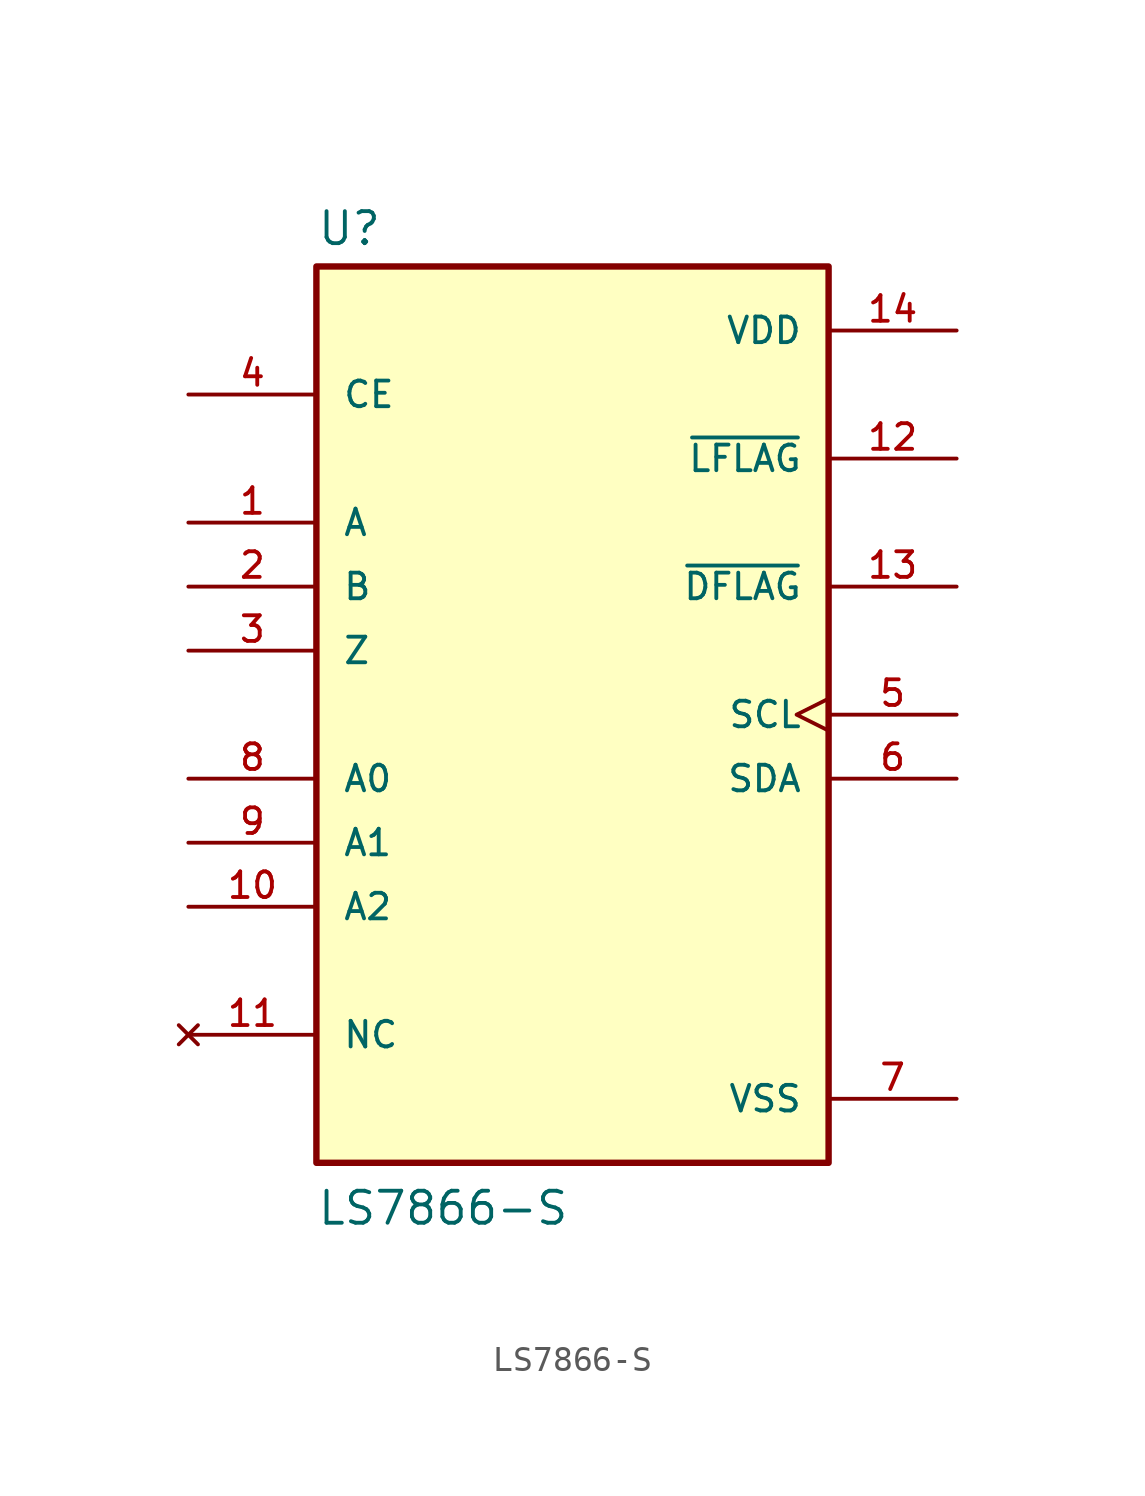
<source format=kicad_sym>
(kicad_symbol_lib
  (version 20220914)
  (generator kicad_symbol_editor)
  (symbol "LS7866-S"
    (pin_names
      (offset 1.016))
    (property "Reference" "U"
      (at -10.16 18.542 0)
      (effects (font (size 1.27 1.27)) (justify left bottom)))
    (property "Value" "LS7866-S"
      (at -10.16 -20.32 0)
      (effects (font (size 1.27 1.27)) (justify left bottom)))
    (symbol "LS7866-S_0_0"
      (rectangle (start -10.16 -17.78) (end 10.16 17.78) (stroke (width 0.254) (type default)) (fill (type background)))
      (pin input line (at -15.24 7.62 0) (length 5.08) (name "A" (effects (font (size 1.016 1.016)))) (number "1" (effects (font (size 1.016 1.016)))))
      (pin input line (at -15.24 -7.62 0) (length 5.08) (name "A2" (effects (font (size 1.016 1.016)))) (number "10" (effects (font (size 1.016 1.016)))))
      (pin no_connect line (at -15.24 -12.7 0) (length 5.08) (name "NC" (effects (font (size 1.016 1.016)))) (number "11" (effects (font (size 1.016 1.016)))))
      (pin output line (at 15.24 10.16 180) (length 5.08) (name "~{LFLAG}" (effects (font (size 1.016 1.016)))) (number "12" (effects (font (size 1.016 1.016)))))
      (pin output line (at 15.24 5.08 180) (length 5.08) (name "~{DFLAG}" (effects (font (size 1.016 1.016)))) (number "13" (effects (font (size 1.016 1.016)))))
      (pin power_in line (at 15.24 15.24 180) (length 5.08) (name "VDD" (effects (font (size 1.016 1.016)))) (number "14" (effects (font (size 1.016 1.016)))))
      (pin input line (at -15.24 5.08 0) (length 5.08) (name "B" (effects (font (size 1.016 1.016)))) (number "2" (effects (font (size 1.016 1.016)))))
      (pin input line (at -15.24 2.54 0) (length 5.08) (name "Z" (effects (font (size 1.016 1.016)))) (number "3" (effects (font (size 1.016 1.016)))))
      (pin input line (at -15.24 12.7 0) (length 5.08) (name "CE" (effects (font (size 1.016 1.016)))) (number "4" (effects (font (size 1.016 1.016)))))
      (pin input clock (at 15.24 0 180) (length 5.08) (name "SCL" (effects (font (size 1.016 1.016)))) (number "5" (effects (font (size 1.016 1.016)))))
      (pin bidirectional line (at 15.24 -2.54 180) (length 5.08) (name "SDA" (effects (font (size 1.016 1.016)))) (number "6" (effects (font (size 1.016 1.016)))))
      (pin power_in line (at 15.24 -15.24 180) (length 5.08) (name "VSS" (effects (font (size 1.016 1.016)))) (number "7" (effects (font (size 1.016 1.016)))))
      (pin input line (at -15.24 -2.54 0) (length 5.08) (name "A0" (effects (font (size 1.016 1.016)))) (number "8" (effects (font (size 1.016 1.016)))))
      (pin input line (at -15.24 -5.08 0) (length 5.08) (name "A1" (effects (font (size 1.016 1.016)))) (number "9" (effects (font (size 1.016 1.016))))))))
</source>
